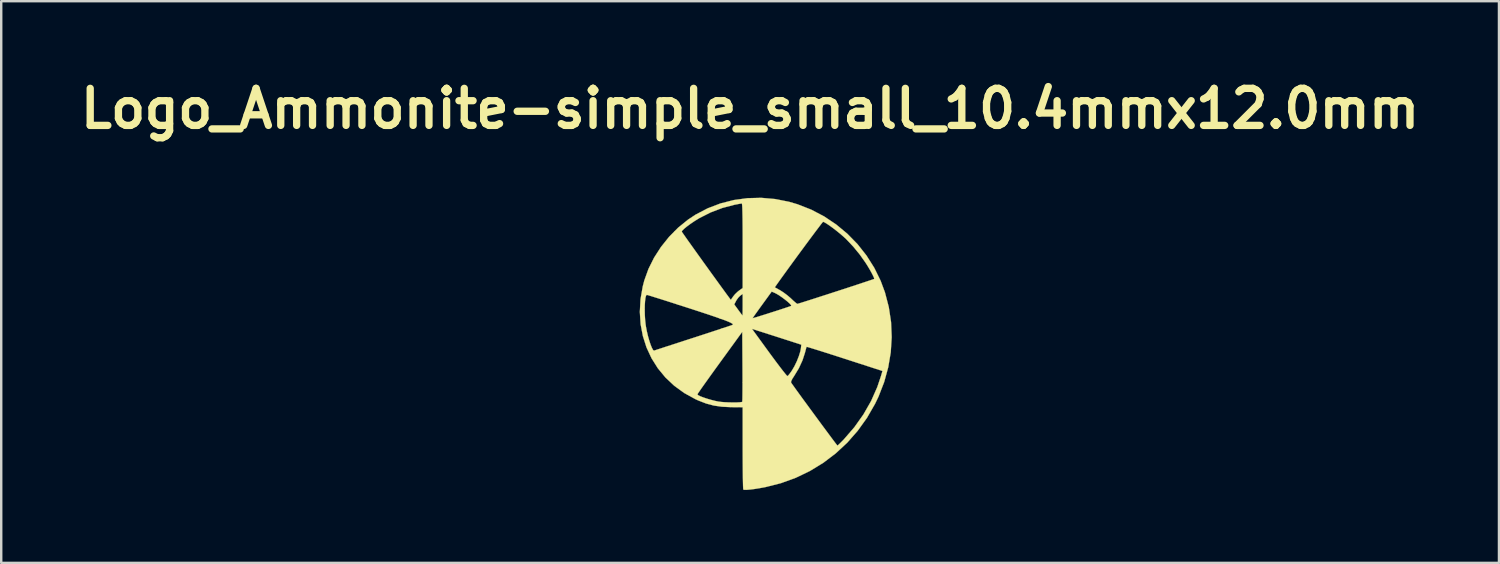
<source format=kicad_pcb>
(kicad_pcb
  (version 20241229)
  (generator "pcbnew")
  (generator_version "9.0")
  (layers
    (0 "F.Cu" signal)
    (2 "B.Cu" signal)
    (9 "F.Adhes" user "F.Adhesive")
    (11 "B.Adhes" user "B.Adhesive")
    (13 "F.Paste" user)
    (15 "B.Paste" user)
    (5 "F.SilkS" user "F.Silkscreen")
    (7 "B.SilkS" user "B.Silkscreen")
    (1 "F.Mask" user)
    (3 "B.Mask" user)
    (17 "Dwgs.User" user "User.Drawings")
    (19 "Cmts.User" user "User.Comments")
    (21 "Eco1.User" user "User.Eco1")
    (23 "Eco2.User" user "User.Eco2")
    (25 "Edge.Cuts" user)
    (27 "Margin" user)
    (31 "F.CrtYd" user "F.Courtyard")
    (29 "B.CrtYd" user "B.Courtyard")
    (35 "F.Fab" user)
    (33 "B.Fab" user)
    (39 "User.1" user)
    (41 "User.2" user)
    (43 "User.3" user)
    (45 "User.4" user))
  (footprint "Logo_Ammonite-simple_small_10.4mmx12.0mm"
    (layer "F.Cu")
    (at 27.802 10.054)
    (property "Reference" "Logo_Ammonite-simple_small_10.4mmx12.0mm" (at 0 -8.636 0) (layer "F.SilkS") (effects (font (size 1.524 1.524) (thickness 0.3))))
    (attr board_only exclude_from_bom)
    (fp_poly (pts (xy 1.033 -4.917) (xy 1.603 -4.804) (xy 1.95 -4.702) (xy 2.512 -4.482) (xy 3.044 -4.204) (xy 3.541 -3.871) (xy 4.001 -3.489) (xy 4.418 -3.062) (xy 4.788 -2.594) (xy 5.107 -2.089) (xy 5.371 -1.552) (xy 5.547 -1.078) (xy 5.705 -0.472) (xy 5.798 0.143) (xy 5.824 0.763) (xy 5.786 1.384) (xy 5.682 2.001) (xy 5.515 2.61) (xy 5.283 3.207) (xy 5.138 3.508) (xy 4.808 4.082) (xy 4.426 4.614) (xy 3.998 5.102) (xy 3.525 5.541) (xy 3.012 5.931) (xy 2.462 6.267) (xy 1.879 6.548) (xy 1.267 6.77) (xy 0.635 6.93) (xy 0.397 6.974) (xy 0.181 7.009) (xy -0.005 7.032) (xy -0.15 7.044) (xy -0.245 7.042) (xy -0.279 7.031) (xy -0.284 6.993) (xy -0.289 6.894) (xy -0.293 6.74) (xy -0.297 6.538) (xy -0.3 6.295) (xy -0.302 6.017) (xy -0.304 5.711) (xy -0.305 5.383) (xy -0.305 5.326) (xy -0.305 3.647) (xy -0.787 3.643) (xy -1.159 3.625) (xy -1.491 3.577) (xy -1.808 3.493) (xy -2.133 3.367) (xy -2.253 3.312) (xy -2.606 3.117) (xy -2.167 3.117) (xy -2.136 3.15) (xy -2.052 3.193) (xy -1.926 3.242) (xy -1.771 3.294) (xy -1.6 3.344) (xy -1.425 3.388) (xy -1.308 3.412) (xy -1.196 3.427) (xy -1.05 3.439) (xy -0.886 3.446) (xy -0.72 3.45) (xy -0.565 3.449) (xy -0.437 3.443) (xy -0.351 3.433) (xy -0.324 3.423) (xy -0.32 3.386) (xy -0.316 3.289) (xy -0.314 3.137) (xy -0.312 2.94) (xy -0.311 2.703) (xy -0.311 2.627) (xy 1.684 2.627) (xy 1.718 2.678) (xy 1.786 2.773) (xy 1.882 2.908) (xy 2.003 3.075) (xy 2.142 3.267) (xy 2.297 3.478) (xy 2.461 3.702) (xy 2.63 3.932) (xy 2.799 4.162) (xy 2.963 4.385) (xy 3.119 4.595) (xy 3.26 4.785) (xy 3.382 4.949) (xy 3.48 5.08) (xy 3.551 5.172) (xy 3.587 5.217) (xy 3.592 5.222) (xy 3.624 5.199) (xy 3.69 5.136) (xy 3.782 5.045) (xy 3.855 4.97) (xy 4.287 4.47) (xy 4.662 3.942) (xy 4.978 3.389) (xy 5.231 2.817) (xy 5.385 2.359) (xy 5.444 2.154) (xy 3.89 1.651) (xy 3.58 1.551) (xy 3.29 1.458) (xy 3.027 1.374) (xy 2.796 1.301) (xy 2.604 1.242) (xy 2.458 1.197) (xy 2.362 1.169) (xy 2.325 1.161) (xy 2.325 1.161) (xy 2.311 1.198) (xy 2.288 1.284) (xy 2.258 1.399) (xy 2.255 1.41) (xy 2.154 1.72) (xy 2.006 2.041) (xy 1.82 2.348) (xy 1.817 2.353) (xy 1.734 2.483) (xy 1.689 2.577) (xy 1.684 2.627) (xy -0.311 2.627) (xy -0.311 2.434) (xy -0.312 2.14) (xy -0.313 1.974) (xy -0.322 0.545) (xy -1.244 1.814) (xy -1.432 2.073) (xy -1.607 2.316) (xy -1.765 2.537) (xy -1.903 2.73) (xy -2.016 2.89) (xy -2.1 3.012) (xy -2.152 3.09) (xy -2.167 3.117) (xy -2.606 3.117) (xy -2.711 3.06) (xy -3.122 2.761) (xy -3.484 2.42) (xy -3.796 2.041) (xy -4.055 1.629) (xy -4.261 1.186) (xy -4.41 0.718) (xy -4.503 0.229) (xy -4.535 -0.277) (xy -4.53 -0.363) (xy -4.334 -0.363) (xy -4.33 -0.16) (xy -4.318 0.044) (xy -4.297 0.238) (xy -4.284 0.328) (xy -4.246 0.526) (xy -4.2 0.722) (xy -4.147 0.907) (xy -4.093 1.069) (xy -4.041 1.199) (xy -3.994 1.285) (xy -3.956 1.318) (xy -3.949 1.317) (xy -3.91 1.304) (xy -3.814 1.272) (xy -3.665 1.224) (xy -3.471 1.16) (xy -3.237 1.085) (xy -2.971 0.998) (xy -2.679 0.903) (xy -2.366 0.802) (xy -2.32 0.787) (xy -2.006 0.685) (xy -1.712 0.589) (xy -1.444 0.501) (xy -1.208 0.423) (xy -1.202 0.421) (xy 0.077 0.421) (xy 0.789 1.4) (xy 0.955 1.625) (xy 1.108 1.831) (xy 1.246 2.013) (xy 1.362 2.163) (xy 1.453 2.276) (xy 1.513 2.346) (xy 1.538 2.366) (xy 1.573 2.334) (xy 1.633 2.26) (xy 1.706 2.158) (xy 1.719 2.139) (xy 1.823 1.962) (xy 1.922 1.757) (xy 2.005 1.547) (xy 2.065 1.353) (xy 2.089 1.229) (xy 2.107 1.073) (xy 1.435 0.856) (xy 1.205 0.782) (xy 0.972 0.707) (xy 0.751 0.637) (xy 0.562 0.576) (xy 0.419 0.531) (xy 0.077 0.421) (xy -1.202 0.421) (xy -1.011 0.358) (xy -0.859 0.307) (xy -0.758 0.273) (xy -0.714 0.257) (xy -0.713 0.256) (xy -0.708 0.235) (xy -0.732 0.208) (xy -0.79 0.174) (xy -0.885 0.13) (xy -1.021 0.075) (xy -1.202 0.009) (xy -1.271 -0.015) (xy 0.102 -0.015) (xy 0.132 -0.022) (xy 0.216 -0.046) (xy 0.344 -0.085) (xy 0.504 -0.135) (xy 0.686 -0.192) (xy 0.879 -0.254) (xy 1.074 -0.316) (xy 1.259 -0.376) (xy 1.423 -0.43) (xy 1.557 -0.475) (xy 1.65 -0.507) (xy 1.69 -0.523) (xy 1.691 -0.524) (xy 1.683 -0.557) (xy 1.629 -0.618) (xy 1.541 -0.698) (xy 1.43 -0.787) (xy 1.308 -0.878) (xy 1.185 -0.962) (xy 1.072 -1.028) (xy 1.007 -1.06) (xy 0.888 -1.11) (xy 0.495 -0.569) (xy 0.374 -0.402) (xy 0.269 -0.255) (xy 0.184 -0.137) (xy 0.127 -0.054) (xy 0.102 -0.016) (xy 0.102 -0.015) (xy -1.271 -0.015) (xy -1.431 -0.071) (xy -1.714 -0.167) (xy -2.053 -0.279) (xy -2.452 -0.409) (xy -2.518 -0.43) (xy -2.842 -0.535) (xy -2.996 -0.584) (xy -0.652 -0.584) (xy -0.487 -0.357) (xy -0.411 -0.253) (xy -0.351 -0.174) (xy -0.317 -0.132) (xy -0.313 -0.129) (xy -0.31 -0.161) (xy -0.307 -0.248) (xy -0.306 -0.378) (xy -0.305 -0.537) (xy -0.305 -0.572) (xy -0.305 -1.014) (xy -0.401 -0.946) (xy -0.476 -0.873) (xy -0.551 -0.771) (xy -0.574 -0.731) (xy -0.652 -0.584) (xy -2.996 -0.584) (xy -3.148 -0.633) (xy -3.429 -0.723) (xy -3.678 -0.802) (xy -3.89 -0.868) (xy -4.059 -0.921) (xy -4.177 -0.957) (xy -4.24 -0.974) (xy -4.248 -0.976) (xy -4.279 -0.944) (xy -4.303 -0.856) (xy -4.32 -0.722) (xy -4.331 -0.554) (xy -4.334 -0.363) (xy -4.53 -0.363) (xy -4.507 -0.796) (xy -4.415 -1.324) (xy -4.351 -1.569) (xy -4.18 -2.043) (xy -3.949 -2.506) (xy -3.664 -2.948) (xy -3.332 -3.363) (xy -3.119 -3.578) (xy -2.811 -3.578) (xy -2.792 -3.547) (xy -2.737 -3.469) (xy -2.653 -3.348) (xy -2.542 -3.191) (xy -2.409 -3.005) (xy -2.26 -2.796) (xy -2.098 -2.57) (xy -1.928 -2.333) (xy -1.755 -2.093) (xy -1.583 -1.854) (xy -1.417 -1.625) (xy -1.261 -1.409) (xy -1.12 -1.216) (xy -0.999 -1.049) (xy -0.901 -0.916) (xy -0.832 -0.823) (xy -0.796 -0.777) (xy -0.792 -0.773) (xy -0.773 -0.798) (xy -0.728 -0.863) (xy -0.7 -0.905) (xy -0.619 -1.004) (xy -0.512 -1.106) (xy -0.459 -1.148) (xy -0.305 -1.258) (xy -0.305 -1.287) (xy 1.016 -1.287) (xy 1.24 -1.162) (xy 1.373 -1.076) (xy 1.525 -0.963) (xy 1.665 -0.844) (xy 1.689 -0.821) (xy 1.79 -0.726) (xy 1.875 -0.653) (xy 1.93 -0.611) (xy 1.942 -0.605) (xy 1.979 -0.615) (xy 2.074 -0.643) (xy 2.22 -0.689) (xy 2.413 -0.75) (xy 2.644 -0.824) (xy 2.907 -0.909) (xy 3.197 -1.002) (xy 3.507 -1.103) (xy 3.53 -1.11) (xy 3.84 -1.211) (xy 4.131 -1.306) (xy 4.395 -1.393) (xy 4.627 -1.47) (xy 4.82 -1.534) (xy 4.968 -1.584) (xy 5.065 -1.617) (xy 5.103 -1.631) (xy 5.104 -1.632) (xy 5.099 -1.671) (xy 5.062 -1.756) (xy 5 -1.877) (xy 4.918 -2.024) (xy 4.821 -2.185) (xy 4.75 -2.297) (xy 4.515 -2.63) (xy 4.247 -2.957) (xy 3.967 -3.254) (xy 3.85 -3.364) (xy 3.715 -3.481) (xy 3.568 -3.601) (xy 3.418 -3.717) (xy 3.277 -3.82) (xy 3.154 -3.903) (xy 3.06 -3.959) (xy 3.006 -3.981) (xy 3.001 -3.98) (xy 2.975 -3.952) (xy 2.914 -3.875) (xy 2.823 -3.755) (xy 2.705 -3.6) (xy 2.567 -3.415) (xy 2.412 -3.207) (xy 2.245 -2.981) (xy 2.07 -2.744) (xy 1.893 -2.503) (xy 1.718 -2.263) (xy 1.549 -2.031) (xy 1.392 -1.814) (xy 1.25 -1.617) (xy 1.152 -1.479) (xy 1.016 -1.287) (xy -0.305 -1.287) (xy -0.305 -2.997) (xy -0.305 -3.439) (xy -0.307 -3.815) (xy -0.31 -4.124) (xy -0.315 -4.37) (xy -0.32 -4.552) (xy -0.327 -4.671) (xy -0.336 -4.729) (xy -0.34 -4.735) (xy -0.388 -4.729) (xy -0.484 -4.712) (xy -0.608 -4.688) (xy -0.636 -4.683) (xy -1.133 -4.553) (xy -1.621 -4.368) (xy -2.081 -4.136) (xy -2.278 -4.015) (xy -2.455 -3.895) (xy -2.605 -3.784) (xy -2.72 -3.689) (xy -2.791 -3.617) (xy -2.811 -3.578) (xy -3.119 -3.578) (xy -2.96 -3.739) (xy -2.554 -4.069) (xy -2.245 -4.274) (xy -1.743 -4.536) (xy -1.216 -4.737) (xy -0.669 -4.876) (xy -0.109 -4.953) (xy 0.46 -4.967) (xy 1.033 -4.917)) (stroke (width 0.01) (type solid)) (fill yes) (layer "F.SilkS")))
  (gr_rect
    (start -3 -3)
    (end 58.604 20.103)
    (stroke (width 0.1) (type default))
    (fill no)
    (layer "Edge.Cuts")))
</source>
